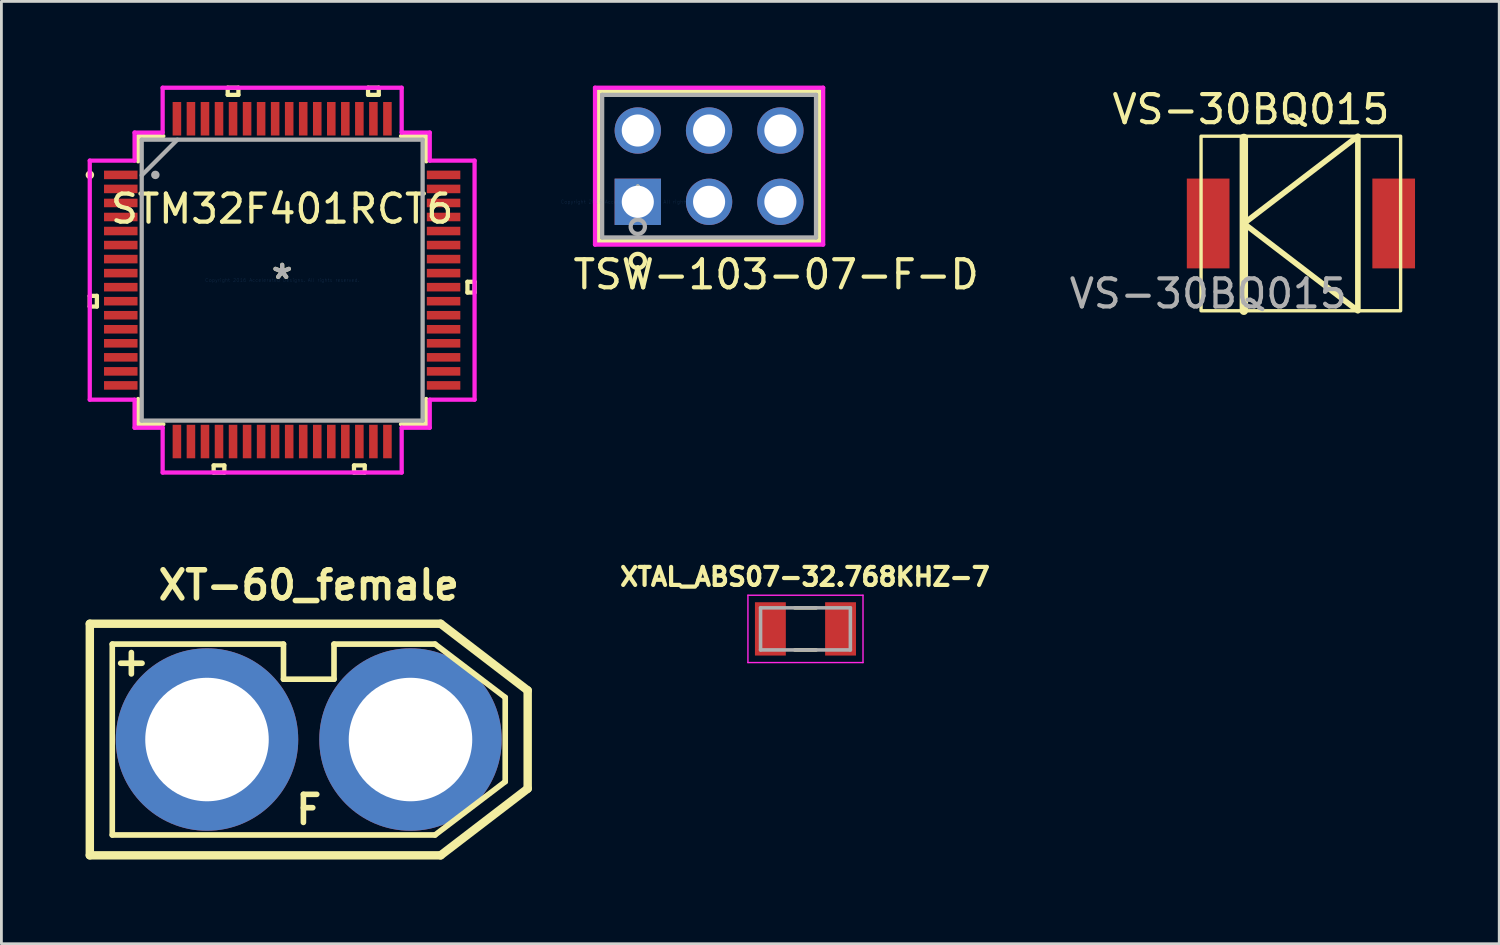
<source format=kicad_pcb>
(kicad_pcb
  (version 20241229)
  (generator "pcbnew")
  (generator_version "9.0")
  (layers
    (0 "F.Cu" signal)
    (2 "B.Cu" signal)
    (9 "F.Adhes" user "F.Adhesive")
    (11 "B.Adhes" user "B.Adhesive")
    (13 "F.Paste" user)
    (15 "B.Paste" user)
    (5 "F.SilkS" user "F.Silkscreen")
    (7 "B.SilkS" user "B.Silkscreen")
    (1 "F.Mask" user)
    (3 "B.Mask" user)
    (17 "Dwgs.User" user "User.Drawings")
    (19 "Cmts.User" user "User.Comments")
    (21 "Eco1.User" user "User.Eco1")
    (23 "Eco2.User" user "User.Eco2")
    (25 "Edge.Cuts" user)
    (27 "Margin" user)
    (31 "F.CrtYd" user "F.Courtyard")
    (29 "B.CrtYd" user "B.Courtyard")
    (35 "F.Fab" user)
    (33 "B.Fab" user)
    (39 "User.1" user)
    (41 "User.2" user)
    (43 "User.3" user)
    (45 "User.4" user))
  (footprint "XT-60_female"
    (layer "F.Cu")
    (at 7.95 23.298)
    (property "Reference" "XT-60_female" (at 0 -5.5 0) (layer "F.SilkS") (effects (font (size 1 1) (thickness 0.2))))
    (attr through_hole)
    (fp_line (start -7.8 -4.125) (end -7.8 4.125) (stroke (width 0.3) (type solid)) (layer "F.SilkS"))
    (fp_line (start -7.8 -4.125) (end 4.7 -4.125) (stroke (width 0.3) (type solid)) (layer "F.SilkS"))
    (fp_line (start -7.8 4.125) (end 4.7 4.125) (stroke (width 0.3) (type solid)) (layer "F.SilkS"))
    (fp_line (start -7 -3.4) (end -7 3.4) (stroke (width 0.2) (type solid)) (layer "F.SilkS"))
    (fp_line (start -7 -3.4) (end -0.9 -3.4) (stroke (width 0.2) (type solid)) (layer "F.SilkS"))
    (fp_line (start -7 3.4) (end 4.5 3.4) (stroke (width 0.2) (type solid)) (layer "F.SilkS"))
    (fp_line (start -0.9 -3.4) (end -0.9 -2.15) (stroke (width 0.2) (type solid)) (layer "F.SilkS"))
    (fp_line (start -0.9 -2.15) (end 0.9 -2.15) (stroke (width 0.2) (type solid)) (layer "F.SilkS"))
    (fp_line (start 0.9 -3.4) (end 4.5 -3.4) (stroke (width 0.2) (type solid)) (layer "F.SilkS"))
    (fp_line (start 0.9 -2.15) (end 0.9 -3.4) (stroke (width 0.2) (type solid)) (layer "F.SilkS"))
    (fp_line (start 4.5 -3.4) (end 7 -1.5) (stroke (width 0.2) (type solid)) (layer "F.SilkS"))
    (fp_line (start 4.5 3.4) (end 7 1.5) (stroke (width 0.2) (type solid)) (layer "F.SilkS"))
    (fp_line (start 4.7 -4.125) (end 7.8 -1.75) (stroke (width 0.3) (type solid)) (layer "F.SilkS"))
    (fp_line (start 4.7 4.125) (end 7.8 1.75) (stroke (width 0.3) (type solid)) (layer "F.SilkS"))
    (fp_line (start 7 -1.5) (end 7 1.5) (stroke (width 0.2) (type solid)) (layer "F.SilkS"))
    (fp_line (start 7.8 -1.75) (end 7.8 1.75) (stroke (width 0.3) (type solid)) (layer "F.SilkS"))
    (fp_text user "+" (at -6.32 -2.79 0) (layer "F.SilkS") (effects (font (size 1 1) (thickness 0.2))))
    (fp_text user "F" (at 0 2.5 0) (layer "F.SilkS") (effects (font (size 1 1) (thickness 0.2))))
    (pad "1" thru_hole circle (at -3.625 0) (size 6.5 6.5) (drill 4.4) (layers "*.Cu" "*.Mask"))
    (pad "2" thru_hole circle (at 3.625 0) (size 6.5 6.5) (drill 4.4) (layers "*.Cu" "*.Mask")))
  (footprint "TSW-103-07-F-D"
    (layer "F.Cu")
    (at 19.673 4.14)
    (property "Reference" "TSW-103-07-F-D" (at 4.928 2.591 0) (layer "F.SilkS") (effects (font (size 1 1) (thickness 0.15))))
    (attr through_hole)
    (fp_line (start -1.397 -3.937) (end -1.397 1.397) (stroke (width 0.152) (type solid)) (layer "F.SilkS"))
    (fp_line (start -1.397 1.397) (end 6.477 1.397) (stroke (width 0.152) (type solid)) (layer "F.SilkS"))
    (fp_line (start 6.477 -3.937) (end -1.397 -3.937) (stroke (width 0.152) (type solid)) (layer "F.SilkS"))
    (fp_line (start 6.477 1.397) (end 6.477 -3.937) (stroke (width 0.152) (type solid)) (layer "F.SilkS"))
    (fp_circle (center 0 2.108) (end 0.254 2.108) (stroke (width 0.152) (type solid)) (fill no) (layer "F.SilkS"))
    (fp_line (start -1.524 -4.064) (end -1.524 1.524) (stroke (width 0.152) (type solid)) (layer "F.CrtYd"))
    (fp_line (start -1.524 1.524) (end 6.604 1.524) (stroke (width 0.152) (type solid)) (layer "F.CrtYd"))
    (fp_line (start 6.604 -4.064) (end -1.524 -4.064) (stroke (width 0.152) (type solid)) (layer "F.CrtYd"))
    (fp_line (start 6.604 1.524) (end 6.604 -4.064) (stroke (width 0.152) (type solid)) (layer "F.CrtYd"))
    (fp_line (start -1.27 -3.81) (end -1.27 1.27) (stroke (width 0.152) (type solid)) (layer "F.Fab"))
    (fp_line (start -1.27 1.27) (end 6.35 1.27) (stroke (width 0.152) (type solid)) (layer "F.Fab"))
    (fp_line (start 6.35 -3.81) (end -1.27 -3.81) (stroke (width 0.152) (type solid)) (layer "F.Fab"))
    (fp_line (start 6.35 1.27) (end 6.35 -3.81) (stroke (width 0.152) (type solid)) (layer "F.Fab"))
    (fp_circle (center 0 0.889) (end 0.254 0.889) (stroke (width 0.152) (type solid)) (fill no) (layer "F.Fab"))
    (fp_text user "*" (at 0 0 0) (layer "F.SilkS") (effects (font (size 1 1) (thickness 0.15))))
    (fp_text user "Copyright 2016 Accelerated Designs. All rights reserved." (at 0 0 0) (layer "Cmts.User") (effects (font (size 0.127 0.127) (thickness 0.002))))
    (fp_text user "*" (at 0 0 0) (layer "F.Fab") (effects (font (size 1 1) (thickness 0.15))))
    (pad "1" thru_hole rect (at 0 0) (size 1.651 1.651) (drill 1.143) (layers "*.Cu" "*.Mask"))
    (pad "2" thru_hole circle (at 0 -2.54) (size 1.651 1.651) (drill 1.143) (layers "*.Cu" "*.Mask"))
    (pad "3" thru_hole circle (at 2.54 0) (size 1.651 1.651) (drill 1.143) (layers "*.Cu" "*.Mask"))
    (pad "4" thru_hole circle (at 2.54 -2.54) (size 1.651 1.651) (drill 1.143) (layers "*.Cu" "*.Mask"))
    (pad "5" thru_hole circle (at 5.08 0) (size 1.651 1.651) (drill 1.143) (layers "*.Cu" "*.Mask"))
    (pad "6" thru_hole circle (at 5.08 -2.54) (size 1.651 1.651) (drill 1.143) (layers "*.Cu" "*.Mask")))
  (footprint "XTAL_ABS07-32.768KHZ-7"
    (layer "F.Cu")
    (at 25.647 19.356)
    (property "Reference" "XTAL_ABS07-32.768KHZ-7" (at -0.018 -1.856 0) (layer "F.SilkS") (effects (font (size 0.64 0.64) (thickness 0.15))))
    (attr through_hole)
    (fp_line (start -0.38 -0.75) (end 0.38 -0.75) (stroke (width 0.127) (type solid)) (layer "F.SilkS"))
    (fp_line (start -0.38 0.75) (end 0.38 0.75) (stroke (width 0.127) (type solid)) (layer "F.SilkS"))
    (fp_line (start -2.05 -1.2) (end -2.05 1.2) (stroke (width 0.05) (type solid)) (layer "F.CrtYd"))
    (fp_line (start -2.05 1.2) (end 2.05 1.2) (stroke (width 0.05) (type solid)) (layer "F.CrtYd"))
    (fp_line (start 2.05 -1.2) (end -2.05 -1.2) (stroke (width 0.05) (type solid)) (layer "F.CrtYd"))
    (fp_line (start 2.05 1.2) (end 2.05 -1.2) (stroke (width 0.05) (type solid)) (layer "F.CrtYd"))
    (fp_line (start -1.6 -0.75) (end -1.6 0.75) (stroke (width 0.127) (type solid)) (layer "F.Fab"))
    (fp_line (start -1.6 -0.75) (end 1.6 -0.75) (stroke (width 0.127) (type solid)) (layer "F.Fab"))
    (fp_line (start -1.6 0.75) (end 1.6 0.75) (stroke (width 0.127) (type solid)) (layer "F.Fab"))
    (fp_line (start 1.6 -0.75) (end 1.6 0.75) (stroke (width 0.127) (type solid)) (layer "F.Fab"))
    (pad "1" smd rect (at -1.25 0) (size 1.1 1.9) (layers "F.Cu" "F.Mask" "F.Paste"))
    (pad "2" smd rect (at 1.25 0) (size 1.1 1.9) (layers "F.Cu" "F.Mask" "F.Paste")))
  (footprint "VS-30BQ015"
    (layer "F.Cu")
    (at 39.994 4.912)
    (property "Reference" "VS-30BQ015" (at 1.524 -4.064 0) (unlocked yes) (layer "F.SilkS") (effects (font (size 1 1) (thickness 0.15))))
    (attr smd)
    (fp_line (start 1.271 3.11) (end 1.271 -3.048) (stroke (width 0.3) (type solid)) (layer "F.SilkS"))
    (fp_rect (start -0.253 3.11) (end 6.857 -3.11) (stroke (width 0.12) (type solid)) (fill no) (layer "F.SilkS"))
    (fp_poly (pts (xy 5.334 3.11) (xy 1.271 0) (xy 5.334 -3.11)) (stroke (width 0.2) (type solid)) (fill no) (layer "F.SilkS"))
    (fp_text user "${REFERENCE}" (at 0 2.5 0) (unlocked yes) (layer "F.Fab") (effects (font (size 1 1) (thickness 0.15))))
    (pad "1" smd rect (at 0 0) (size 1.52 3.2) (layers "F.Cu" "F.Mask" "F.Paste"))
    (pad "2" smd rect (at 6.61 0) (size 1.52 3.2) (layers "F.Cu" "F.Mask" "F.Paste")))
  (footprint "STM32F401RCT6"
    (layer "F.Cu")
    (at 7.003 6.931)
    (property "Reference" "STM32F401RCT6" (at 0 -2.54 0) (layer "F.SilkS") (effects (font (size 1 1) (thickness 0.15))))
    (attr through_hole)
    (fp_line (start -6.855 0.56) (end -6.855 0.941) (stroke (width 0.152) (type solid)) (layer "F.SilkS"))
    (fp_line (start -6.855 0.941) (end -6.601 0.941) (stroke (width 0.152) (type solid)) (layer "F.SilkS"))
    (fp_line (start -6.601 0.56) (end -6.855 0.56) (stroke (width 0.152) (type solid)) (layer "F.SilkS"))
    (fp_line (start -6.601 0.941) (end -6.601 0.56) (stroke (width 0.152) (type solid)) (layer "F.SilkS"))
    (fp_line (start -5.131 -5.131) (end -5.131 -4.234) (stroke (width 0.152) (type solid)) (layer "F.SilkS"))
    (fp_line (start -5.131 4.234) (end -5.131 5.131) (stroke (width 0.152) (type solid)) (layer "F.SilkS"))
    (fp_line (start -5.131 5.131) (end -4.234 5.131) (stroke (width 0.152) (type solid)) (layer "F.SilkS"))
    (fp_line (start -4.234 -5.131) (end -5.131 -5.131) (stroke (width 0.152) (type solid)) (layer "F.SilkS"))
    (fp_line (start -2.441 6.601) (end -2.441 6.855) (stroke (width 0.152) (type solid)) (layer "F.SilkS"))
    (fp_line (start -2.441 6.855) (end -2.06 6.855) (stroke (width 0.152) (type solid)) (layer "F.SilkS"))
    (fp_line (start -2.06 6.601) (end -2.441 6.601) (stroke (width 0.152) (type solid)) (layer "F.SilkS"))
    (fp_line (start -2.06 6.855) (end -2.06 6.601) (stroke (width 0.152) (type solid)) (layer "F.SilkS"))
    (fp_line (start -1.94 -6.855) (end -1.559 -6.855) (stroke (width 0.152) (type solid)) (layer "F.SilkS"))
    (fp_line (start -1.94 -6.601) (end -1.94 -6.855) (stroke (width 0.152) (type solid)) (layer "F.SilkS"))
    (fp_line (start -1.559 -6.855) (end -1.559 -6.601) (stroke (width 0.152) (type solid)) (layer "F.SilkS"))
    (fp_line (start -1.559 -6.601) (end -1.94 -6.601) (stroke (width 0.152) (type solid)) (layer "F.SilkS"))
    (fp_line (start 2.559 6.601) (end 2.559 6.855) (stroke (width 0.152) (type solid)) (layer "F.SilkS"))
    (fp_line (start 2.559 6.855) (end 2.941 6.855) (stroke (width 0.152) (type solid)) (layer "F.SilkS"))
    (fp_line (start 2.941 6.601) (end 2.559 6.601) (stroke (width 0.152) (type solid)) (layer "F.SilkS"))
    (fp_line (start 2.941 6.855) (end 2.941 6.601) (stroke (width 0.152) (type solid)) (layer "F.SilkS"))
    (fp_line (start 3.06 -6.855) (end 3.441 -6.855) (stroke (width 0.152) (type solid)) (layer "F.SilkS"))
    (fp_line (start 3.06 -6.601) (end 3.06 -6.855) (stroke (width 0.152) (type solid)) (layer "F.SilkS"))
    (fp_line (start 3.441 -6.855) (end 3.441 -6.601) (stroke (width 0.152) (type solid)) (layer "F.SilkS"))
    (fp_line (start 3.441 -6.601) (end 3.06 -6.601) (stroke (width 0.152) (type solid)) (layer "F.SilkS"))
    (fp_line (start 4.234 5.131) (end 5.131 5.131) (stroke (width 0.152) (type solid)) (layer "F.SilkS"))
    (fp_line (start 5.131 -5.131) (end 4.234 -5.131) (stroke (width 0.152) (type solid)) (layer "F.SilkS"))
    (fp_line (start 5.131 -4.234) (end 5.131 -5.131) (stroke (width 0.152) (type solid)) (layer "F.SilkS"))
    (fp_line (start 5.131 5.131) (end 5.131 4.234) (stroke (width 0.152) (type solid)) (layer "F.SilkS"))
    (fp_line (start 6.601 0.059) (end 6.855 0.059) (stroke (width 0.152) (type solid)) (layer "F.SilkS"))
    (fp_line (start 6.601 0.441) (end 6.601 0.059) (stroke (width 0.152) (type solid)) (layer "F.SilkS"))
    (fp_line (start 6.855 0.059) (end 6.855 0.441) (stroke (width 0.152) (type solid)) (layer "F.SilkS"))
    (fp_line (start 6.855 0.441) (end 6.601 0.441) (stroke (width 0.152) (type solid)) (layer "F.SilkS"))
    (fp_circle (center -6.851 -3.75) (end -6.775 -3.75) (stroke (width 0.152) (type solid)) (fill no) (layer "F.SilkS"))
    (fp_line (start -6.855 -4.258) (end -5.258 -4.258) (stroke (width 0.152) (type solid)) (layer "F.CrtYd"))
    (fp_line (start -6.855 4.258) (end -6.855 -4.258) (stroke (width 0.152) (type solid)) (layer "F.CrtYd"))
    (fp_line (start -5.258 -5.258) (end -4.258 -5.258) (stroke (width 0.152) (type solid)) (layer "F.CrtYd"))
    (fp_line (start -5.258 -4.258) (end -5.258 -5.258) (stroke (width 0.152) (type solid)) (layer "F.CrtYd"))
    (fp_line (start -5.258 4.258) (end -6.855 4.258) (stroke (width 0.152) (type solid)) (layer "F.CrtYd"))
    (fp_line (start -5.258 5.258) (end -5.258 4.258) (stroke (width 0.152) (type solid)) (layer "F.CrtYd"))
    (fp_line (start -4.258 -6.855) (end 4.258 -6.855) (stroke (width 0.152) (type solid)) (layer "F.CrtYd"))
    (fp_line (start -4.258 -5.258) (end -4.258 -6.855) (stroke (width 0.152) (type solid)) (layer "F.CrtYd"))
    (fp_line (start -4.258 5.258) (end -5.258 5.258) (stroke (width 0.152) (type solid)) (layer "F.CrtYd"))
    (fp_line (start -4.258 6.855) (end -4.258 5.258) (stroke (width 0.152) (type solid)) (layer "F.CrtYd"))
    (fp_line (start 4.258 -6.855) (end 4.258 -5.258) (stroke (width 0.152) (type solid)) (layer "F.CrtYd"))
    (fp_line (start 4.258 -5.258) (end 5.258 -5.258) (stroke (width 0.152) (type solid)) (layer "F.CrtYd"))
    (fp_line (start 4.258 5.258) (end 4.258 6.855) (stroke (width 0.152) (type solid)) (layer "F.CrtYd"))
    (fp_line (start 4.258 6.855) (end -4.258 6.855) (stroke (width 0.152) (type solid)) (layer "F.CrtYd"))
    (fp_line (start 5.258 -5.258) (end 5.258 -4.258) (stroke (width 0.152) (type solid)) (layer "F.CrtYd"))
    (fp_line (start 5.258 -4.258) (end 6.855 -4.258) (stroke (width 0.152) (type solid)) (layer "F.CrtYd"))
    (fp_line (start 5.258 4.258) (end 5.258 5.258) (stroke (width 0.152) (type solid)) (layer "F.CrtYd"))
    (fp_line (start 5.258 5.258) (end 4.258 5.258) (stroke (width 0.152) (type solid)) (layer "F.CrtYd"))
    (fp_line (start 6.855 -4.258) (end 6.855 4.258) (stroke (width 0.152) (type solid)) (layer "F.CrtYd"))
    (fp_line (start 6.855 4.258) (end 5.258 4.258) (stroke (width 0.152) (type solid)) (layer "F.CrtYd"))
    (fp_line (start -5.004 -5.004) (end -5.004 5.004) (stroke (width 0.152) (type solid)) (layer "F.Fab"))
    (fp_line (start -5.004 -3.734) (end -3.734 -5.004) (stroke (width 0.152) (type solid)) (layer "F.Fab"))
    (fp_line (start -5.004 5.004) (end 5.004 5.004) (stroke (width 0.152) (type solid)) (layer "F.Fab"))
    (fp_line (start 5.004 -5.004) (end -5.004 -5.004) (stroke (width 0.152) (type solid)) (layer "F.Fab"))
    (fp_line (start 5.004 5.004) (end 5.004 -5.004) (stroke (width 0.152) (type solid)) (layer "F.Fab"))
    (fp_circle (center -4.518 -3.75) (end -4.442 -3.75) (stroke (width 0.152) (type solid)) (fill no) (layer "F.Fab"))
    (fp_text user "*" (at 0 0 0) (layer "F.SilkS") (effects (font (size 1 1) (thickness 0.15))))
    (fp_text user "Copyright 2016 Accelerated Designs. All rights reserved." (at 0 0 0) (layer "Cmts.User") (effects (font (size 0.127 0.127) (thickness 0.002))))
    (fp_text user "*" (at 0 0 0) (layer "F.Fab") (effects (font (size 1 1) (thickness 0.15))))
    (pad "1" smd rect (at -5.75 -3.75) (size 1.194 0.305) (layers "F.Cu" "F.Mask" "F.Paste"))
    (pad "2" smd rect (at -5.75 -3.25) (size 1.194 0.305) (layers "F.Cu" "F.Mask" "F.Paste"))
    (pad "3" smd rect (at -5.75 -2.75) (size 1.194 0.305) (layers "F.Cu" "F.Mask" "F.Paste"))
    (pad "4" smd rect (at -5.75 -2.25) (size 1.194 0.305) (layers "F.Cu" "F.Mask" "F.Paste"))
    (pad "5" smd rect (at -5.75 -1.75) (size 1.194 0.305) (layers "F.Cu" "F.Mask" "F.Paste"))
    (pad "6" smd rect (at -5.75 -1.25) (size 1.194 0.305) (layers "F.Cu" "F.Mask" "F.Paste"))
    (pad "7" smd rect (at -5.75 -0.75) (size 1.194 0.305) (layers "F.Cu" "F.Mask" "F.Paste"))
    (pad "8" smd rect (at -5.75 -0.25) (size 1.194 0.305) (layers "F.Cu" "F.Mask" "F.Paste"))
    (pad "9" smd rect (at -5.75 0.25) (size 1.194 0.305) (layers "F.Cu" "F.Mask" "F.Paste"))
    (pad "10" smd rect (at -5.75 0.75) (size 1.194 0.305) (layers "F.Cu" "F.Mask" "F.Paste"))
    (pad "11" smd rect (at -5.75 1.25) (size 1.194 0.305) (layers "F.Cu" "F.Mask" "F.Paste"))
    (pad "12" smd rect (at -5.75 1.75) (size 1.194 0.305) (layers "F.Cu" "F.Mask" "F.Paste"))
    (pad "13" smd rect (at -5.75 2.25) (size 1.194 0.305) (layers "F.Cu" "F.Mask" "F.Paste"))
    (pad "14" smd rect (at -5.75 2.75) (size 1.194 0.305) (layers "F.Cu" "F.Mask" "F.Paste"))
    (pad "15" smd rect (at -5.75 3.25) (size 1.194 0.305) (layers "F.Cu" "F.Mask" "F.Paste"))
    (pad "16" smd rect (at -5.75 3.75) (size 1.194 0.305) (layers "F.Cu" "F.Mask" "F.Paste"))
    (pad "17" smd rect (at -3.75 5.75 90) (size 1.194 0.305) (layers "F.Cu" "F.Mask" "F.Paste"))
    (pad "18" smd rect (at -3.25 5.75 90) (size 1.194 0.305) (layers "F.Cu" "F.Mask" "F.Paste"))
    (pad "19" smd rect (at -2.75 5.75 90) (size 1.194 0.305) (layers "F.Cu" "F.Mask" "F.Paste"))
    (pad "20" smd rect (at -2.25 5.75 90) (size 1.194 0.305) (layers "F.Cu" "F.Mask" "F.Paste"))
    (pad "21" smd rect (at -1.75 5.75 90) (size 1.194 0.305) (layers "F.Cu" "F.Mask" "F.Paste"))
    (pad "22" smd rect (at -1.25 5.75 90) (size 1.194 0.305) (layers "F.Cu" "F.Mask" "F.Paste"))
    (pad "23" smd rect (at -0.75 5.75 90) (size 1.194 0.305) (layers "F.Cu" "F.Mask" "F.Paste"))
    (pad "24" smd rect (at -0.25 5.75 90) (size 1.194 0.305) (layers "F.Cu" "F.Mask" "F.Paste"))
    (pad "25" smd rect (at 0.25 5.75 90) (size 1.194 0.305) (layers "F.Cu" "F.Mask" "F.Paste"))
    (pad "26" smd rect (at 0.75 5.75 90) (size 1.194 0.305) (layers "F.Cu" "F.Mask" "F.Paste"))
    (pad "27" smd rect (at 1.25 5.75 90) (size 1.194 0.305) (layers "F.Cu" "F.Mask" "F.Paste"))
    (pad "28" smd rect (at 1.75 5.75 90) (size 1.194 0.305) (layers "F.Cu" "F.Mask" "F.Paste"))
    (pad "29" smd rect (at 2.25 5.75 90) (size 1.194 0.305) (layers "F.Cu" "F.Mask" "F.Paste"))
    (pad "30" smd rect (at 2.75 5.75 90) (size 1.194 0.305) (layers "F.Cu" "F.Mask" "F.Paste"))
    (pad "31" smd rect (at 3.25 5.75 90) (size 1.194 0.305) (layers "F.Cu" "F.Mask" "F.Paste"))
    (pad "32" smd rect (at 3.75 5.75 90) (size 1.194 0.305) (layers "F.Cu" "F.Mask" "F.Paste"))
    (pad "33" smd rect (at 5.75 3.75) (size 1.194 0.305) (layers "F.Cu" "F.Mask" "F.Paste"))
    (pad "34" smd rect (at 5.75 3.25) (size 1.194 0.305) (layers "F.Cu" "F.Mask" "F.Paste"))
    (pad "35" smd rect (at 5.75 2.75) (size 1.194 0.305) (layers "F.Cu" "F.Mask" "F.Paste"))
    (pad "36" smd rect (at 5.75 2.25) (size 1.194 0.305) (layers "F.Cu" "F.Mask" "F.Paste"))
    (pad "37" smd rect (at 5.75 1.75) (size 1.194 0.305) (layers "F.Cu" "F.Mask" "F.Paste"))
    (pad "38" smd rect (at 5.75 1.25) (size 1.194 0.305) (layers "F.Cu" "F.Mask" "F.Paste"))
    (pad "39" smd rect (at 5.75 0.75) (size 1.194 0.305) (layers "F.Cu" "F.Mask" "F.Paste"))
    (pad "40" smd rect (at 5.75 0.25) (size 1.194 0.305) (layers "F.Cu" "F.Mask" "F.Paste"))
    (pad "41" smd rect (at 5.75 -0.25) (size 1.194 0.305) (layers "F.Cu" "F.Mask" "F.Paste"))
    (pad "42" smd rect (at 5.75 -0.75) (size 1.194 0.305) (layers "F.Cu" "F.Mask" "F.Paste"))
    (pad "43" smd rect (at 5.75 -1.25) (size 1.194 0.305) (layers "F.Cu" "F.Mask" "F.Paste"))
    (pad "44" smd rect (at 5.75 -1.75) (size 1.194 0.305) (layers "F.Cu" "F.Mask" "F.Paste"))
    (pad "45" smd rect (at 5.75 -2.25) (size 1.194 0.305) (layers "F.Cu" "F.Mask" "F.Paste"))
    (pad "46" smd rect (at 5.75 -2.75) (size 1.194 0.305) (layers "F.Cu" "F.Mask" "F.Paste"))
    (pad "47" smd rect (at 5.75 -3.25) (size 1.194 0.305) (layers "F.Cu" "F.Mask" "F.Paste"))
    (pad "48" smd rect (at 5.75 -3.75) (size 1.194 0.305) (layers "F.Cu" "F.Mask" "F.Paste"))
    (pad "49" smd rect (at 3.75 -5.75 90) (size 1.194 0.305) (layers "F.Cu" "F.Mask" "F.Paste"))
    (pad "50" smd rect (at 3.25 -5.75 90) (size 1.194 0.305) (layers "F.Cu" "F.Mask" "F.Paste"))
    (pad "51" smd rect (at 2.75 -5.75 90) (size 1.194 0.305) (layers "F.Cu" "F.Mask" "F.Paste"))
    (pad "52" smd rect (at 2.25 -5.75 90) (size 1.194 0.305) (layers "F.Cu" "F.Mask" "F.Paste"))
    (pad "53" smd rect (at 1.75 -5.75 90) (size 1.194 0.305) (layers "F.Cu" "F.Mask" "F.Paste"))
    (pad "54" smd rect (at 1.25 -5.75 90) (size 1.194 0.305) (layers "F.Cu" "F.Mask" "F.Paste"))
    (pad "55" smd rect (at 0.75 -5.75 90) (size 1.194 0.305) (layers "F.Cu" "F.Mask" "F.Paste"))
    (pad "56" smd rect (at 0.25 -5.75 90) (size 1.194 0.305) (layers "F.Cu" "F.Mask" "F.Paste"))
    (pad "57" smd rect (at -0.25 -5.75 90) (size 1.194 0.305) (layers "F.Cu" "F.Mask" "F.Paste"))
    (pad "58" smd rect (at -0.75 -5.75 90) (size 1.194 0.305) (layers "F.Cu" "F.Mask" "F.Paste"))
    (pad "59" smd rect (at -1.25 -5.75 90) (size 1.194 0.305) (layers "F.Cu" "F.Mask" "F.Paste"))
    (pad "60" smd rect (at -1.75 -5.75 90) (size 1.194 0.305) (layers "F.Cu" "F.Mask" "F.Paste"))
    (pad "61" smd rect (at -2.25 -5.75 90) (size 1.194 0.305) (layers "F.Cu" "F.Mask" "F.Paste"))
    (pad "62" smd rect (at -2.75 -5.75 90) (size 1.194 0.305) (layers "F.Cu" "F.Mask" "F.Paste"))
    (pad "63" smd rect (at -3.25 -5.75 90) (size 1.194 0.305) (layers "F.Cu" "F.Mask" "F.Paste"))
    (pad "64" smd rect (at -3.75 -5.75 90) (size 1.194 0.305) (layers "F.Cu" "F.Mask" "F.Paste")))
  (gr_rect
    (start -3 -3)
    (end 50.364 30.573)
    (stroke (width 0.1) (type default))
    (fill no)
    (layer "Edge.Cuts")))
</source>
